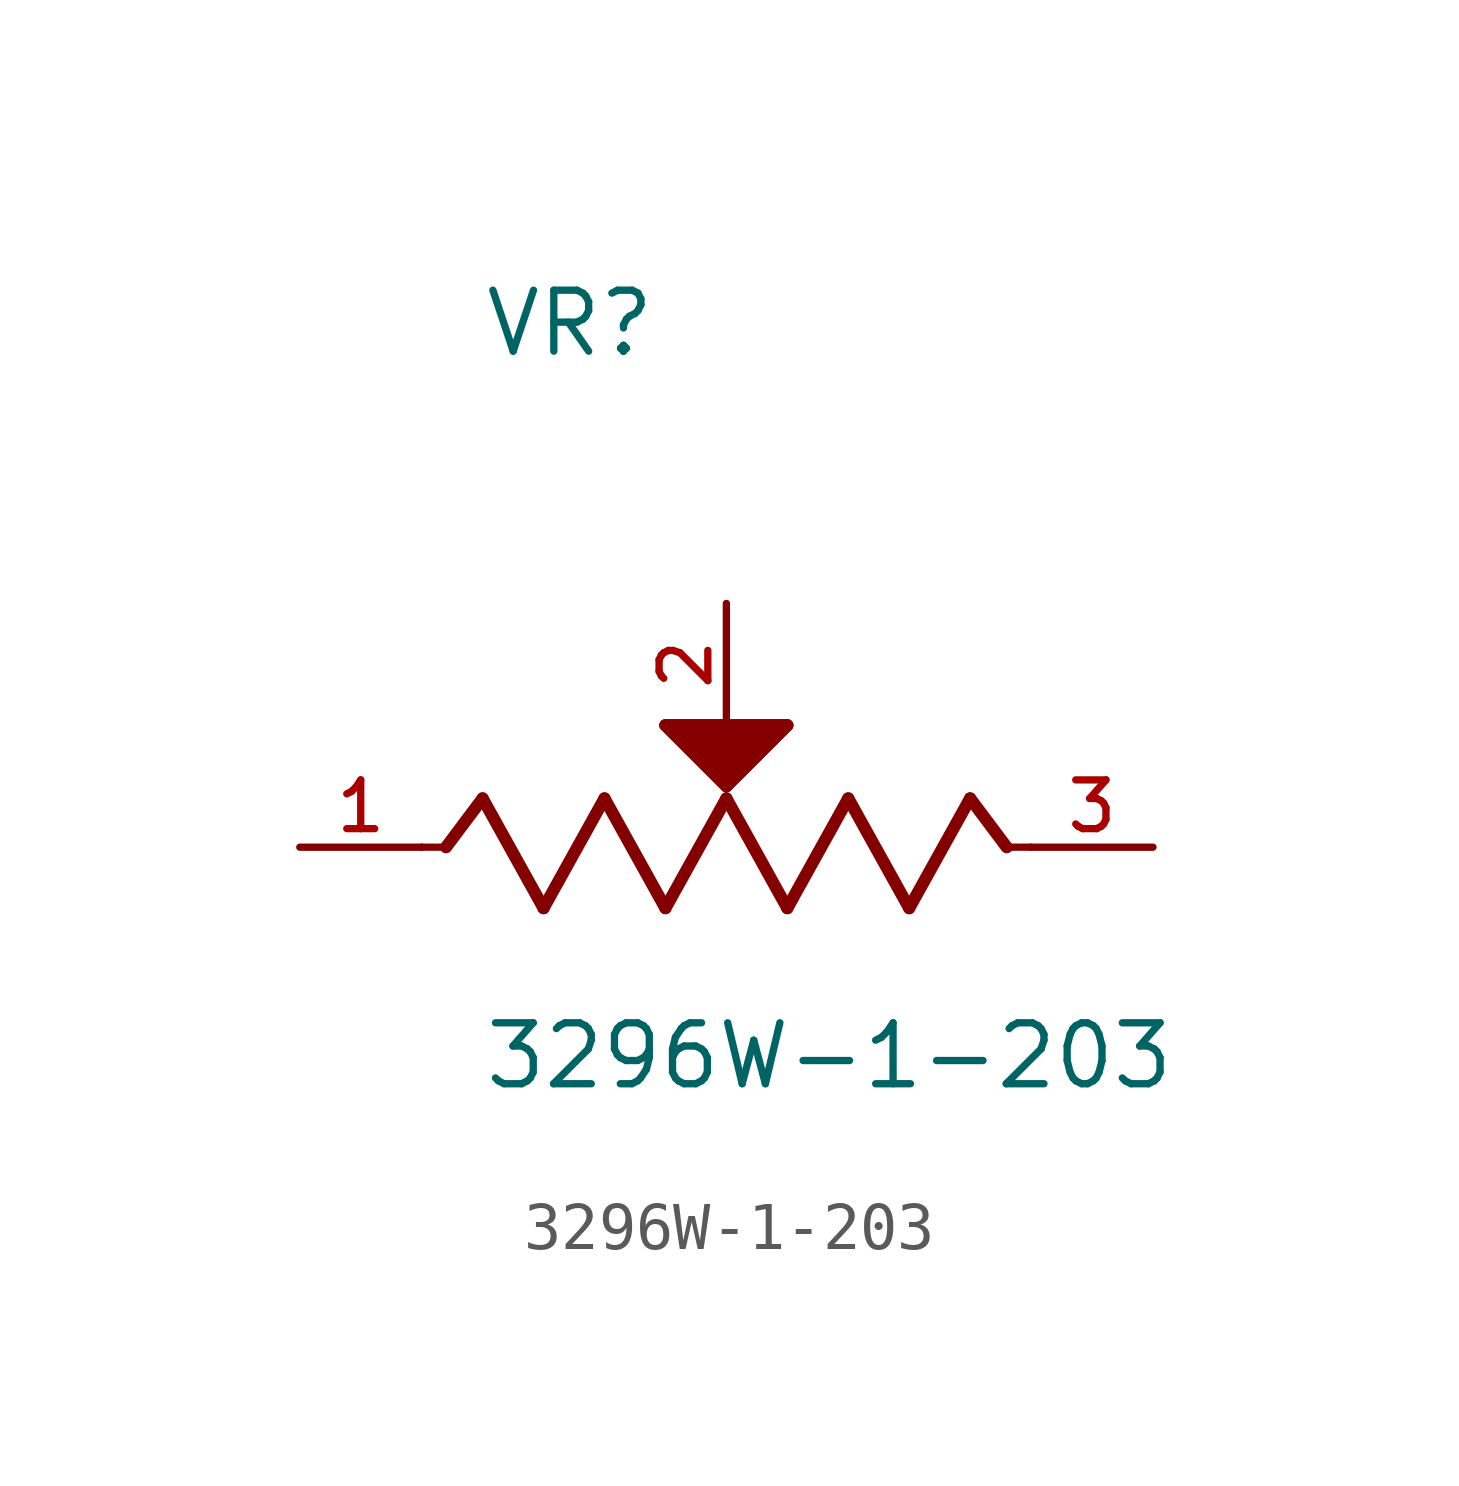
<source format=kicad_sym>
(kicad_symbol_lib
  (version 20211014)
  (generator kicad_symbol_editor)
  (symbol "3296W-1-203"
    (pin_names
      (offset 1.016))
    (property "Reference" "VR"
      (at -5.087 10.174 0)
      (effects (font (size 1.27 1.27)) (justify bottom left)))
    (property "Value" "3296W-1-203"
      (at -5.093 -5.093 0)
      (effects (font (size 1.27 1.27)) (justify bottom left)))
    (symbol "3296W-1-203_0_0"
      (polyline (pts (xy -6.35 0.0) (xy -5.842 0.0)) (stroke (width 0.152)))
      (polyline (pts (xy -5.842 0.0) (xy -5.08 1.016)) (stroke (width 0.254)))
      (polyline (pts (xy -5.08 1.016) (xy -3.81 -1.27)) (stroke (width 0.254)))
      (polyline (pts (xy -3.81 -1.27) (xy -2.54 1.016)) (stroke (width 0.254)))
      (polyline (pts (xy -2.54 1.016) (xy -1.27 -1.27)) (stroke (width 0.254)))
      (polyline (pts (xy -1.27 -1.27) (xy 0.0 1.016)) (stroke (width 0.254)))
      (polyline (pts (xy 0.0 1.016) (xy 1.27 -1.27)) (stroke (width 0.254)))
      (polyline (pts (xy 1.27 -1.27) (xy 2.54 1.016)) (stroke (width 0.254)))
      (polyline (pts (xy 2.54 1.016) (xy 3.81 -1.27)) (stroke (width 0.254)))
      (polyline (pts (xy 3.81 -1.27) (xy 5.08 1.016)) (stroke (width 0.254)))
      (polyline (pts (xy 5.842 0.0) (xy 5.08 1.016)) (stroke (width 0.254)))
      (polyline (pts (xy 5.842 0.0) (xy 6.35 0.0)) (stroke (width 0.152)))
      (polyline (pts (xy 0.0 1.27) (xy -1.27 2.54)) (stroke (width 0.254)))
      (polyline (pts (xy -1.27 2.54) (xy 1.27 2.54)) (stroke (width 0.254)))
      (polyline (pts (xy 1.27 2.54) (xy 0.0 1.27)) (stroke (width 0.254)))
      (polyline (pts (xy -1.27 2.54) (xy 1.27 2.54) (xy 0.0 1.27) (xy -1.27 2.54)) (stroke (width 0.254)) (fill (type outline)))
      (pin passive line (at -8.89 0.0 0) (length 2.54) (name "~" (effects (font (size 1.016 1.016)))) (number "1" (effects (font (size 1.016 1.016)))))
      (pin passive line (at 8.89 0.0 180.0) (length 2.54) (name "~" (effects (font (size 1.016 1.016)))) (number "3" (effects (font (size 1.016 1.016)))))
      (pin passive line (at 0.0 5.08 270.0) (length 2.54) (name "~" (effects (font (size 1.016 1.016)))) (number "2" (effects (font (size 1.016 1.016))))))))
</source>
